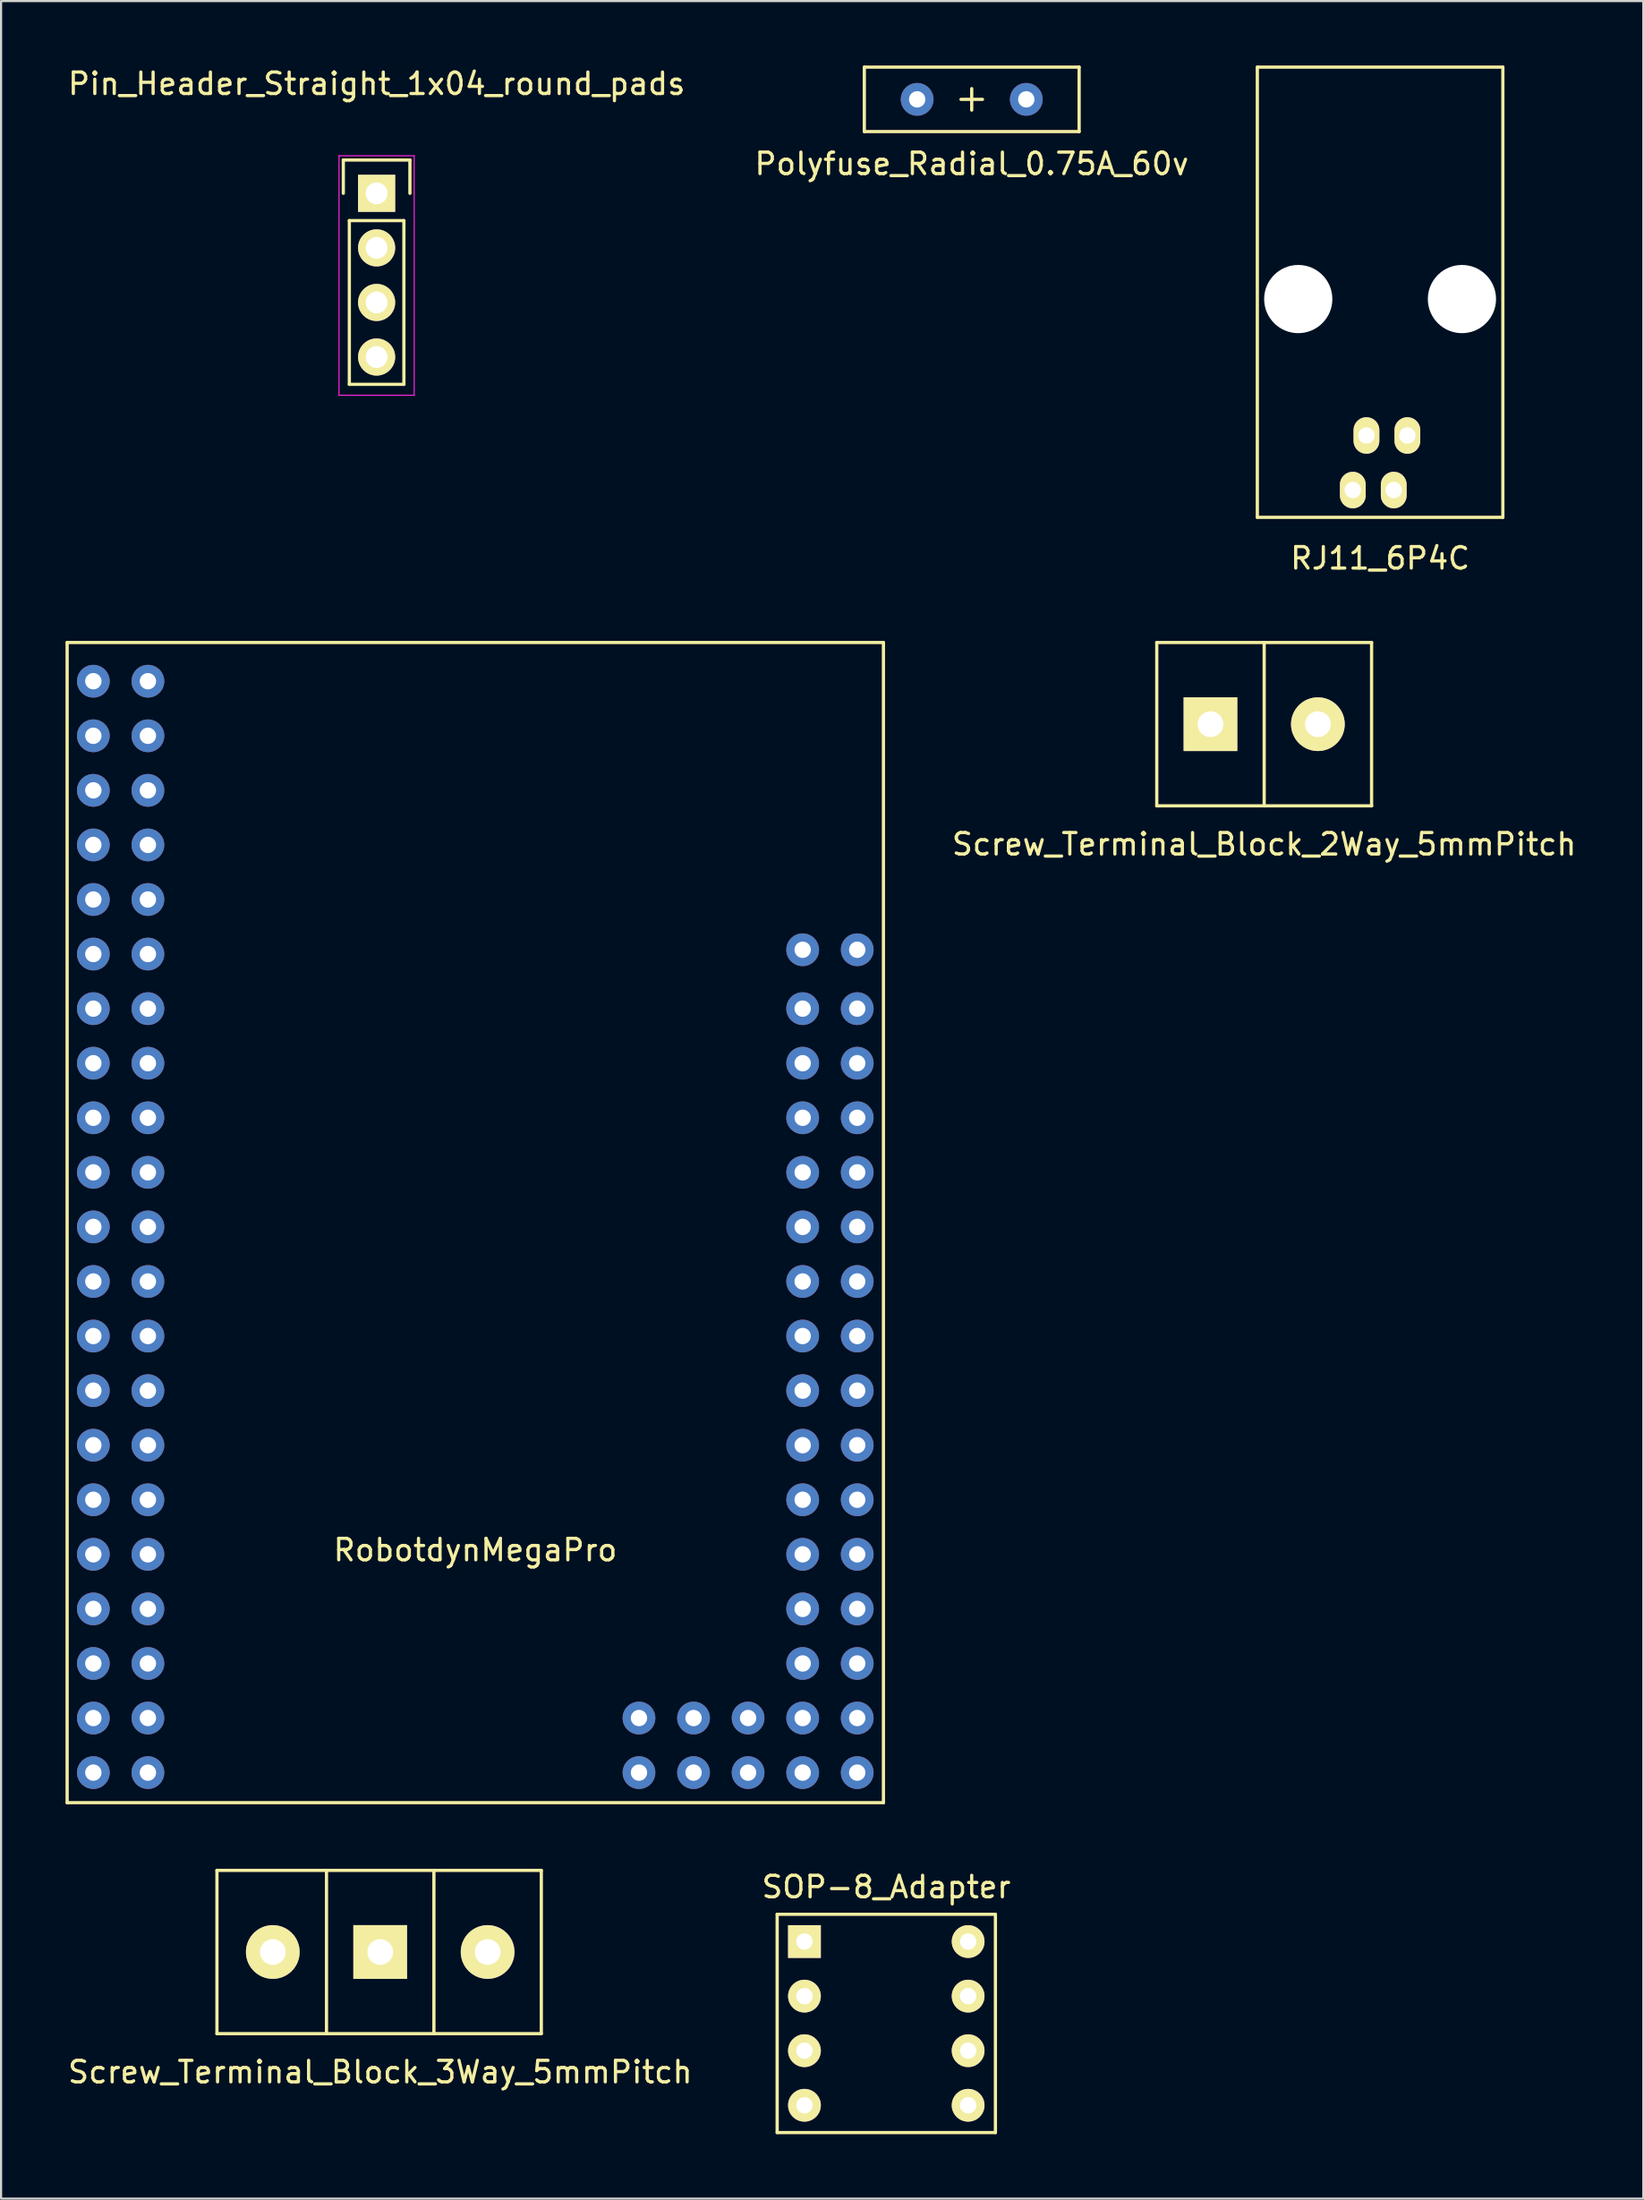
<source format=kicad_pcb>
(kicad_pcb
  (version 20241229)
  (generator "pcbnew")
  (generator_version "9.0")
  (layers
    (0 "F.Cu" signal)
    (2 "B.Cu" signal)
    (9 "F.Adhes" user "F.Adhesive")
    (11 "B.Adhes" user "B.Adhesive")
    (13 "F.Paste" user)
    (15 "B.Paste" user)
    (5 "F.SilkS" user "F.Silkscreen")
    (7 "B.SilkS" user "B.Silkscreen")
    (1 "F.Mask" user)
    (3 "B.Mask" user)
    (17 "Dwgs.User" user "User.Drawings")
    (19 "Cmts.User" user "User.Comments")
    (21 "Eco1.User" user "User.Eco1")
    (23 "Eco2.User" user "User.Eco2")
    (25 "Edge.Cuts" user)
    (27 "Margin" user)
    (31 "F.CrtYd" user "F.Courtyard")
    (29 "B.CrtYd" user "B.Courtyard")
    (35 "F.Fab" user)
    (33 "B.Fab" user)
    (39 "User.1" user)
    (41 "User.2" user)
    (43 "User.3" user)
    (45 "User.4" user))
  (footprint "Pin_Header_Straight_1x04_round_pads"
    (layer "F.Cu")
    (at 14.482 5.948)
    (property "Reference" "Pin_Header_Straight_1x04_round_pads" (at 0 -5.1 0) (layer "F.SilkS") (effects (font (size 1 1) (thickness 0.15))))
    (attr through_hole)
    (fp_line (start -1.55 -1.55) (end 1.55 -1.55) (stroke (width 0.15) (type solid)) (layer "F.SilkS"))
    (fp_line (start -1.55 0) (end -1.55 -1.55) (stroke (width 0.15) (type solid)) (layer "F.SilkS"))
    (fp_line (start -1.27 1.27) (end -1.27 8.89) (stroke (width 0.15) (type solid)) (layer "F.SilkS"))
    (fp_line (start -1.27 8.89) (end 1.27 8.89) (stroke (width 0.15) (type solid)) (layer "F.SilkS"))
    (fp_line (start 1.27 1.27) (end -1.27 1.27) (stroke (width 0.15) (type solid)) (layer "F.SilkS"))
    (fp_line (start 1.27 1.27) (end 1.27 8.89) (stroke (width 0.15) (type solid)) (layer "F.SilkS"))
    (fp_line (start 1.55 -1.55) (end 1.55 0) (stroke (width 0.15) (type solid)) (layer "F.SilkS"))
    (fp_line (start -1.75 -1.75) (end -1.75 9.4) (stroke (width 0.05) (type solid)) (layer "F.CrtYd"))
    (fp_line (start -1.75 -1.75) (end 1.75 -1.75) (stroke (width 0.05) (type solid)) (layer "F.CrtYd"))
    (fp_line (start -1.75 9.4) (end 1.75 9.4) (stroke (width 0.05) (type solid)) (layer "F.CrtYd"))
    (fp_line (start 1.75 -1.75) (end 1.75 9.4) (stroke (width 0.05) (type solid)) (layer "F.CrtYd"))
    (pad "1" thru_hole rect (at 0 0) (size 1.727 1.727) (drill 1.016) (layers "*.Cu" "*.Mask" "F.SilkS"))
    (pad "2" thru_hole circle (at 0 2.54) (size 1.727 1.727) (drill 1.016) (layers "*.Cu" "*.Mask" "F.SilkS"))
    (pad "3" thru_hole circle (at 0 5.08) (size 1.727 1.727) (drill 1.016) (layers "*.Cu" "*.Mask" "F.SilkS"))
    (pad "4" thru_hole circle (at 0 7.62) (size 1.727 1.727) (drill 1.016) (layers "*.Cu" "*.Mask" "F.SilkS")))
  (footprint "Polyfuse_Radial_0.75A_60v"
    (layer "F.Cu")
    (at 42.185 1.575)
    (property "Reference" "Polyfuse_Radial_0.75A_60v" (at 0 3 0) (layer "F.SilkS") (effects (font (size 1 1) (thickness 0.15))))
    (attr through_hole)
    (fp_line (start -5 -1.5) (end 5 -1.5) (stroke (width 0.15) (type solid)) (layer "F.SilkS"))
    (fp_line (start -5 1.5) (end -5 -1.5) (stroke (width 0.15) (type solid)) (layer "F.SilkS"))
    (fp_line (start -0.5 0) (end 0.5 0) (stroke (width 0.15) (type solid)) (layer "F.SilkS"))
    (fp_line (start 0 -0.5) (end 0 0.5) (stroke (width 0.15) (type solid)) (layer "F.SilkS"))
    (fp_line (start 5 -1.5) (end 5 1.5) (stroke (width 0.15) (type solid)) (layer "F.SilkS"))
    (fp_line (start 5 1.5) (end -5 1.5) (stroke (width 0.15) (type solid)) (layer "F.SilkS"))
    (pad "1" thru_hole circle (at -2.54 0) (size 1.524 1.524) (drill 0.762) (layers "*.Cu" "*.Mask"))
    (pad "2" thru_hole circle (at 2.54 0) (size 1.524 1.524) (drill 0.762) (layers "*.Cu" "*.Mask")))
  (footprint "RobotdynMegaPro"
    (layer "F.Cu")
    (at 19.075 53.858)
    (property "Reference" "RobotdynMegaPro" (at 0 15.24 0) (layer "F.SilkS") (effects (font (size 1 1) (thickness 0.15))))
    (attr through_hole)
    (fp_line (start -19 -27) (end 19 -27) (stroke (width 0.15) (type solid)) (layer "F.SilkS"))
    (fp_line (start -19 27) (end -19 -27) (stroke (width 0.15) (type solid)) (layer "F.SilkS"))
    (fp_line (start 19 -27) (end 19 27) (stroke (width 0.15) (type solid)) (layer "F.SilkS"))
    (fp_line (start 19 27) (end -19 27) (stroke (width 0.15) (type solid)) (layer "F.SilkS"))
    (pad "1" thru_hole circle (at -15.24 -25.2) (size 1.524 1.524) (drill 0.762) (layers "*.Cu" "*.Mask"))
    (pad "2" thru_hole circle (at -17.78 -25.2) (size 1.524 1.524) (drill 0.762) (layers "*.Cu" "*.Mask"))
    (pad "3" thru_hole circle (at -15.24 -22.66) (size 1.524 1.524) (drill 0.762) (layers "*.Cu" "*.Mask"))
    (pad "4" thru_hole circle (at -17.78 -22.66) (size 1.524 1.524) (drill 0.762) (layers "*.Cu" "*.Mask"))
    (pad "5" thru_hole circle (at -15.24 -20.12) (size 1.524 1.524) (drill 0.762) (layers "*.Cu" "*.Mask"))
    (pad "6" thru_hole circle (at -17.78 -20.12) (size 1.524 1.524) (drill 0.762) (layers "*.Cu" "*.Mask"))
    (pad "7" thru_hole circle (at -15.24 -17.58) (size 1.524 1.524) (drill 0.762) (layers "*.Cu" "*.Mask"))
    (pad "8" thru_hole circle (at -17.78 -17.58) (size 1.524 1.524) (drill 0.762) (layers "*.Cu" "*.Mask"))
    (pad "9" thru_hole circle (at -15.24 -15.04) (size 1.524 1.524) (drill 0.762) (layers "*.Cu" "*.Mask"))
    (pad "10" thru_hole circle (at -17.78 -15.04) (size 1.524 1.524) (drill 0.762) (layers "*.Cu" "*.Mask"))
    (pad "11" thru_hole circle (at -15.24 -12.5) (size 1.524 1.524) (drill 0.762) (layers "*.Cu" "*.Mask"))
    (pad "12" thru_hole circle (at -17.78 -12.5) (size 1.524 1.524) (drill 0.762) (layers "*.Cu" "*.Mask"))
    (pad "13" thru_hole circle (at -15.24 -9.96) (size 1.524 1.524) (drill 0.762) (layers "*.Cu" "*.Mask"))
    (pad "14" thru_hole circle (at -17.78 -9.96) (size 1.524 1.524) (drill 0.762) (layers "*.Cu" "*.Mask"))
    (pad "15" thru_hole circle (at -15.24 -7.42) (size 1.524 1.524) (drill 0.762) (layers "*.Cu" "*.Mask"))
    (pad "16" thru_hole circle (at -17.78 -7.42) (size 1.524 1.524) (drill 0.762) (layers "*.Cu" "*.Mask"))
    (pad "17" thru_hole circle (at -15.24 -4.88) (size 1.524 1.524) (drill 0.762) (layers "*.Cu" "*.Mask"))
    (pad "18" thru_hole circle (at -17.78 -4.88) (size 1.524 1.524) (drill 0.762) (layers "*.Cu" "*.Mask"))
    (pad "19" thru_hole circle (at -15.24 -2.34) (size 1.524 1.524) (drill 0.762) (layers "*.Cu" "*.Mask"))
    (pad "20" thru_hole circle (at -17.78 -2.34) (size 1.524 1.524) (drill 0.762) (layers "*.Cu" "*.Mask"))
    (pad "21" thru_hole circle (at -15.24 0.2) (size 1.524 1.524) (drill 0.762) (layers "*.Cu" "*.Mask"))
    (pad "22" thru_hole circle (at -17.78 0.2) (size 1.524 1.524) (drill 0.762) (layers "*.Cu" "*.Mask"))
    (pad "23" thru_hole circle (at -15.24 2.74) (size 1.524 1.524) (drill 0.762) (layers "*.Cu" "*.Mask"))
    (pad "24" thru_hole circle (at -17.78 2.74) (size 1.524 1.524) (drill 0.762) (layers "*.Cu" "*.Mask"))
    (pad "25" thru_hole circle (at -15.24 5.28) (size 1.524 1.524) (drill 0.762) (layers "*.Cu" "*.Mask"))
    (pad "26" thru_hole circle (at -17.78 5.28) (size 1.524 1.524) (drill 0.762) (layers "*.Cu" "*.Mask"))
    (pad "27" thru_hole circle (at -15.24 7.82) (size 1.524 1.524) (drill 0.762) (layers "*.Cu" "*.Mask"))
    (pad "28" thru_hole circle (at -17.78 7.82) (size 1.524 1.524) (drill 0.762) (layers "*.Cu" "*.Mask"))
    (pad "29" thru_hole circle (at -15.24 10.36) (size 1.524 1.524) (drill 0.762) (layers "*.Cu" "*.Mask"))
    (pad "30" thru_hole circle (at -17.78 10.36) (size 1.524 1.524) (drill 0.762) (layers "*.Cu" "*.Mask"))
    (pad "31" thru_hole circle (at -15.24 12.9) (size 1.524 1.524) (drill 0.762) (layers "*.Cu" "*.Mask"))
    (pad "32" thru_hole circle (at -17.78 12.9) (size 1.524 1.524) (drill 0.762) (layers "*.Cu" "*.Mask"))
    (pad "33" thru_hole circle (at -15.24 15.44) (size 1.524 1.524) (drill 0.762) (layers "*.Cu" "*.Mask"))
    (pad "34" thru_hole circle (at -17.78 15.44) (size 1.524 1.524) (drill 0.762) (layers "*.Cu" "*.Mask"))
    (pad "35" thru_hole circle (at -15.24 17.98) (size 1.524 1.524) (drill 0.762) (layers "*.Cu" "*.Mask"))
    (pad "36" thru_hole circle (at -17.78 17.98) (size 1.524 1.524) (drill 0.762) (layers "*.Cu" "*.Mask"))
    (pad "37" thru_hole circle (at -15.24 20.52) (size 1.524 1.524) (drill 0.762) (layers "*.Cu" "*.Mask"))
    (pad "38" thru_hole circle (at -17.78 20.52) (size 1.524 1.524) (drill 0.762) (layers "*.Cu" "*.Mask"))
    (pad "39" thru_hole circle (at -15.24 23.06) (size 1.524 1.524) (drill 0.762) (layers "*.Cu" "*.Mask"))
    (pad "40" thru_hole circle (at -17.78 23.06) (size 1.524 1.524) (drill 0.762) (layers "*.Cu" "*.Mask"))
    (pad "41" thru_hole circle (at -15.24 25.6) (size 1.524 1.524) (drill 0.762) (layers "*.Cu" "*.Mask"))
    (pad "42" thru_hole circle (at -17.78 25.6) (size 1.524 1.524) (drill 0.762) (layers "*.Cu" "*.Mask"))
    (pad "43" thru_hole circle (at 7.62 23.06) (size 1.524 1.524) (drill 0.762) (layers "*.Cu" "*.Mask"))
    (pad "44" thru_hole circle (at 7.62 25.6) (size 1.524 1.524) (drill 0.762) (layers "*.Cu" "*.Mask"))
    (pad "45" thru_hole circle (at 10.16 23.06) (size 1.524 1.524) (drill 0.762) (layers "*.Cu" "*.Mask"))
    (pad "46" thru_hole circle (at 10.16 25.6) (size 1.524 1.524) (drill 0.762) (layers "*.Cu" "*.Mask"))
    (pad "47" thru_hole circle (at 12.7 23.06) (size 1.524 1.524) (drill 0.762) (layers "*.Cu" "*.Mask"))
    (pad "48" thru_hole circle (at 12.7 25.6) (size 1.524 1.524) (drill 0.762) (layers "*.Cu" "*.Mask"))
    (pad "49" thru_hole circle (at 15.24 25.6) (size 1.524 1.524) (drill 0.762) (layers "*.Cu" "*.Mask"))
    (pad "50" thru_hole circle (at 17.78 25.6) (size 1.524 1.524) (drill 0.762) (layers "*.Cu" "*.Mask"))
    (pad "51" thru_hole circle (at 15.24 23.06) (size 1.524 1.524) (drill 0.762) (layers "*.Cu" "*.Mask"))
    (pad "52" thru_hole circle (at 17.78 23.06) (size 1.524 1.524) (drill 0.762) (layers "*.Cu" "*.Mask"))
    (pad "53" thru_hole circle (at 15.24 20.52) (size 1.524 1.524) (drill 0.762) (layers "*.Cu" "*.Mask"))
    (pad "54" thru_hole circle (at 17.78 20.52) (size 1.524 1.524) (drill 0.762) (layers "*.Cu" "*.Mask"))
    (pad "55" thru_hole circle (at 15.24 17.98) (size 1.524 1.524) (drill 0.762) (layers "*.Cu" "*.Mask"))
    (pad "56" thru_hole circle (at 17.78 17.98) (size 1.524 1.524) (drill 0.762) (layers "*.Cu" "*.Mask"))
    (pad "57" thru_hole circle (at 15.24 15.44) (size 1.524 1.524) (drill 0.762) (layers "*.Cu" "*.Mask"))
    (pad "58" thru_hole circle (at 17.78 15.44) (size 1.524 1.524) (drill 0.762) (layers "*.Cu" "*.Mask"))
    (pad "59" thru_hole circle (at 15.24 12.9) (size 1.524 1.524) (drill 0.762) (layers "*.Cu" "*.Mask"))
    (pad "60" thru_hole circle (at 17.78 12.9) (size 1.524 1.524) (drill 0.762) (layers "*.Cu" "*.Mask"))
    (pad "61" thru_hole circle (at 15.24 10.36) (size 1.524 1.524) (drill 0.762) (layers "*.Cu" "*.Mask"))
    (pad "62" thru_hole circle (at 17.78 10.36) (size 1.524 1.524) (drill 0.762) (layers "*.Cu" "*.Mask"))
    (pad "63" thru_hole circle (at 15.24 7.82) (size 1.524 1.524) (drill 0.762) (layers "*.Cu" "*.Mask"))
    (pad "64" thru_hole circle (at 17.78 7.82) (size 1.524 1.524) (drill 0.762) (layers "*.Cu" "*.Mask"))
    (pad "65" thru_hole circle (at 15.24 5.28) (size 1.524 1.524) (drill 0.762) (layers "*.Cu" "*.Mask"))
    (pad "66" thru_hole circle (at 17.78 5.28) (size 1.524 1.524) (drill 0.762) (layers "*.Cu" "*.Mask"))
    (pad "67" thru_hole circle (at 15.24 2.74) (size 1.524 1.524) (drill 0.762) (layers "*.Cu" "*.Mask"))
    (pad "68" thru_hole circle (at 17.78 2.74) (size 1.524 1.524) (drill 0.762) (layers "*.Cu" "*.Mask"))
    (pad "69" thru_hole circle (at 15.24 0.2) (size 1.524 1.524) (drill 0.762) (layers "*.Cu" "*.Mask"))
    (pad "70" thru_hole circle (at 17.78 0.2) (size 1.524 1.524) (drill 0.762) (layers "*.Cu" "*.Mask"))
    (pad "71" thru_hole circle (at 15.24 -2.34) (size 1.524 1.524) (drill 0.762) (layers "*.Cu" "*.Mask"))
    (pad "72" thru_hole circle (at 17.78 -2.34) (size 1.524 1.524) (drill 0.762) (layers "*.Cu" "*.Mask"))
    (pad "73" thru_hole circle (at 15.24 -4.88) (size 1.524 1.524) (drill 0.762) (layers "*.Cu" "*.Mask"))
    (pad "74" thru_hole circle (at 17.78 -4.88) (size 1.524 1.524) (drill 0.762) (layers "*.Cu" "*.Mask"))
    (pad "75" thru_hole circle (at 15.24 -7.42) (size 1.524 1.524) (drill 0.762) (layers "*.Cu" "*.Mask"))
    (pad "76" thru_hole circle (at 17.78 -7.42) (size 1.524 1.524) (drill 0.762) (layers "*.Cu" "*.Mask"))
    (pad "77" thru_hole circle (at 15.24 -9.96) (size 1.524 1.524) (drill 0.762) (layers "*.Cu" "*.Mask"))
    (pad "78" thru_hole circle (at 17.78 -9.96) (size 1.524 1.524) (drill 0.762) (layers "*.Cu" "*.Mask"))
    (pad "79" thru_hole circle (at 15.24 -12.7) (size 1.524 1.524) (drill 0.762) (layers "*.Cu" "*.Mask"))
    (pad "80" thru_hole circle (at 17.78 -12.7) (size 1.524 1.524) (drill 0.762) (layers "*.Cu" "*.Mask")))
  (footprint "SOP-8_Adapter"
    (layer "F.Cu")
    (at 38.208 91.132)
    (property "Reference" "SOP-8_Adapter" (at 0 -6.35 0) (layer "F.SilkS") (effects (font (size 1 1) (thickness 0.15))))
    (attr through_hole)
    (fp_line (start -5.08 -5.08) (end 5.08 -5.08) (stroke (width 0.15) (type solid)) (layer "F.SilkS"))
    (fp_line (start -5.08 5.08) (end -5.08 -5.08) (stroke (width 0.15) (type solid)) (layer "F.SilkS"))
    (fp_line (start 5.08 -5.08) (end 5.08 5.08) (stroke (width 0.15) (type solid)) (layer "F.SilkS"))
    (fp_line (start 5.08 5.08) (end -5.08 5.08) (stroke (width 0.15) (type solid)) (layer "F.SilkS"))
    (pad "1" thru_hole rect (at -3.81 -3.81) (size 1.524 1.524) (drill 0.762) (layers "*.Cu" "*.Mask" "F.SilkS"))
    (pad "2" thru_hole circle (at -3.81 -1.27) (size 1.524 1.524) (drill 0.762) (layers "*.Cu" "*.Mask" "F.SilkS"))
    (pad "3" thru_hole circle (at -3.81 1.27) (size 1.524 1.524) (drill 0.762) (layers "*.Cu" "*.Mask" "F.SilkS"))
    (pad "4" thru_hole circle (at -3.81 3.81) (size 1.524 1.524) (drill 0.762) (layers "*.Cu" "*.Mask" "F.SilkS"))
    (pad "5" thru_hole circle (at 3.81 3.81) (size 1.524 1.524) (drill 0.762) (layers "*.Cu" "*.Mask" "F.SilkS"))
    (pad "6" thru_hole circle (at 3.81 1.27) (size 1.524 1.524) (drill 0.762) (layers "*.Cu" "*.Mask" "F.SilkS"))
    (pad "7" thru_hole circle (at 3.81 -1.27) (size 1.524 1.524) (drill 0.762) (layers "*.Cu" "*.Mask" "F.SilkS"))
    (pad "8" thru_hole circle (at 3.81 -3.81) (size 1.524 1.524) (drill 0.762) (layers "*.Cu" "*.Mask" "F.SilkS")))
  (footprint "RJ11_6P4C"
    (layer "F.Cu")
    (at 61.195 10.235)
    (property "Reference" "RJ11_6P4C" (at 0 12.7 0) (layer "F.SilkS") (effects (font (size 1 1) (thickness 0.15))))
    (attr through_hole)
    (fp_line (start -5.715 -10.16) (end 5.715 -10.16) (stroke (width 0.15) (type solid)) (layer "F.SilkS"))
    (fp_line (start -5.715 10.795) (end -5.715 -10.16) (stroke (width 0.15) (type solid)) (layer "F.SilkS"))
    (fp_line (start 5.715 -10.16) (end 5.715 10.795) (stroke (width 0.15) (type solid)) (layer "F.SilkS"))
    (fp_line (start 5.715 10.795) (end -5.715 10.795) (stroke (width 0.15) (type solid)) (layer "F.SilkS"))
    (pad "" np_thru_hole circle (at -3.81 0.635) (size 3.175 3.175) (drill 3.175) (layers "*.Cu" "*.Mask"))
    (pad "" np_thru_hole circle (at 3.81 0.635) (size 3.175 3.175) (drill 3.175) (layers "*.Cu" "*.Mask"))
    (pad "1" thru_hole oval (at -1.27 9.525) (size 1.2 1.7) (drill 0.762) (layers "*.Cu" "*.Mask" "F.SilkS"))
    (pad "2" thru_hole oval (at -0.635 6.985) (size 1.2 1.7) (drill 0.762) (layers "*.Cu" "*.Mask" "F.SilkS"))
    (pad "3" thru_hole oval (at 0.635 9.525) (size 1.2 1.7) (drill 0.762) (layers "*.Cu" "*.Mask" "F.SilkS"))
    (pad "4" thru_hole oval (at 1.27 6.985) (size 1.2 1.7) (drill 0.762) (layers "*.Cu" "*.Mask" "F.SilkS")))
  (footprint "Screw_Terminal_Block_2Way_5mmPitch"
    (layer "F.Cu")
    (at 55.799 30.658)
    (property "Reference" "Screw_Terminal_Block_2Way_5mmPitch" (at 0 5.588 0) (layer "F.SilkS") (effects (font (size 1 1) (thickness 0.15))))
    (attr through_hole)
    (fp_line (start -5 -3.8) (end -5 3.8) (stroke (width 0.15) (type solid)) (layer "F.SilkS"))
    (fp_line (start -5 -3.8) (end 5 -3.8) (stroke (width 0.15) (type solid)) (layer "F.SilkS"))
    (fp_line (start -5 3.8) (end 5 3.8) (stroke (width 0.15) (type solid)) (layer "F.SilkS"))
    (fp_line (start 0 -3.8) (end 0 3.8) (stroke (width 0.15) (type solid)) (layer "F.SilkS"))
    (fp_line (start 5 -3.8) (end 5 3.8) (stroke (width 0.15) (type solid)) (layer "F.SilkS"))
    (pad "1" thru_hole rect (at -2.5 0) (size 2.5 2.5) (drill 1.2) (layers "*.Cu" "*.Mask" "F.SilkS"))
    (pad "2" thru_hole circle (at 2.5 0) (size 2.5 2.5) (drill 1.2) (layers "*.Cu" "*.Mask" "F.SilkS")))
  (footprint "Screw_Terminal_Block_3Way_5mmPitch"
    (layer "F.Cu")
    (at 14.649 87.808)
    (property "Reference" "Screw_Terminal_Block_3Way_5mmPitch" (at 0 5.588 0) (layer "F.SilkS") (effects (font (size 1 1) (thickness 0.15))))
    (attr through_hole)
    (fp_line (start -7.6 -3.8) (end 7.5 -3.8) (stroke (width 0.15) (type solid)) (layer "F.SilkS"))
    (fp_line (start -7.6 3.8) (end -7.6 -3.8) (stroke (width 0.15) (type solid)) (layer "F.SilkS"))
    (fp_line (start -2.5 -3.8) (end -2.5 3.8) (stroke (width 0.15) (type solid)) (layer "F.SilkS"))
    (fp_line (start 2.5 -3.8) (end 2.5 3.8) (stroke (width 0.15) (type solid)) (layer "F.SilkS"))
    (fp_line (start 7.5 -3.8) (end 7.5 3.8) (stroke (width 0.15) (type solid)) (layer "F.SilkS"))
    (fp_line (start 7.5 3.8) (end -7.6 3.8) (stroke (width 0.15) (type solid)) (layer "F.SilkS"))
    (pad "1" thru_hole circle (at -5 0) (size 2.5 2.5) (drill 1.2) (layers "*.Cu" "*.Mask" "F.SilkS"))
    (pad "2" thru_hole rect (at 0 0) (size 2.5 2.5) (drill 1.2) (layers "*.Cu" "*.Mask" "F.SilkS"))
    (pad "3" thru_hole circle (at 5 0) (size 2.5 2.5) (drill 1.2) (layers "*.Cu" "*.Mask" "F.SilkS")))
  (gr_rect
    (start -3 -3)
    (end 73.448 99.287)
    (stroke (width 0.1) (type default))
    (fill no)
    (layer "Edge.Cuts")))
</source>
